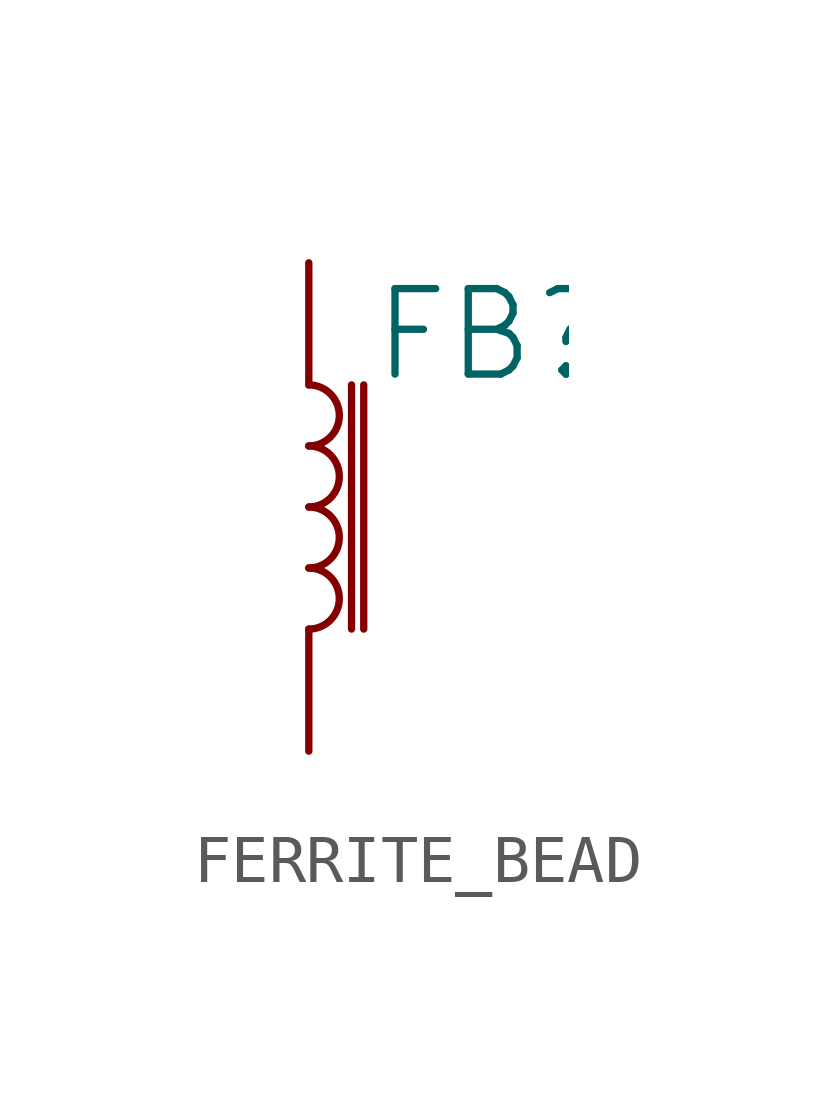
<source format=kicad_sym>
(kicad_symbol_lib
  (version 20220914)
  (generator kicad_symbol_editor)
  (symbol "FERRITE_BEAD"
    (property "Reference" "FB"
      (at 1.27 2.54 0)
      (effects (font (size 1.778 1.778)) (justify left bottom)))
    (property "Value" ""
      (at 1.27 -2.54 0)
      (effects (font (size 1.778 1.778)) (justify left top)))
    (property "ki_locked" ""
      (at 0 0 0)
      (effects (font (size 1.27 1.27))))
    (symbol "FERRITE_BEAD_1_0"
      (arc (start 0 -2.54) (mid 0.6323 -1.905) (end 0 -1.27) (stroke (width 0.1524) (type solid)) (fill (type none)))
      (arc (start 0 -1.27) (mid 0.6323 -0.635) (end 0 0) (stroke (width 0.1524) (type solid)) (fill (type none)))
      (polyline (pts (xy 0.889 2.54) (xy 0.889 -2.54)) (stroke (width 0.152) (type solid)) (fill (type none)))
      (polyline (pts (xy 1.143 2.54) (xy 1.143 -2.54)) (stroke (width 0.152) (type solid)) (fill (type none)))
      (arc (start 0 0) (mid 0.6323 0.635) (end 0 1.27) (stroke (width 0.1524) (type solid)) (fill (type none)))
      (arc (start 0 1.27) (mid 0.6323 1.905) (end 0 2.54) (stroke (width 0.1524) (type solid)) (fill (type none)))
      (pin passive line (at 0 5.08 270) (length 2.54) (name "1" (effects (font (size 0 0)))) (number "1" (effects (font (size 0 0)))))
      (pin passive line (at 0 -5.08 90) (length 2.54) (name "2" (effects (font (size 0 0)))) (number "2" (effects (font (size 0 0))))))))
</source>
